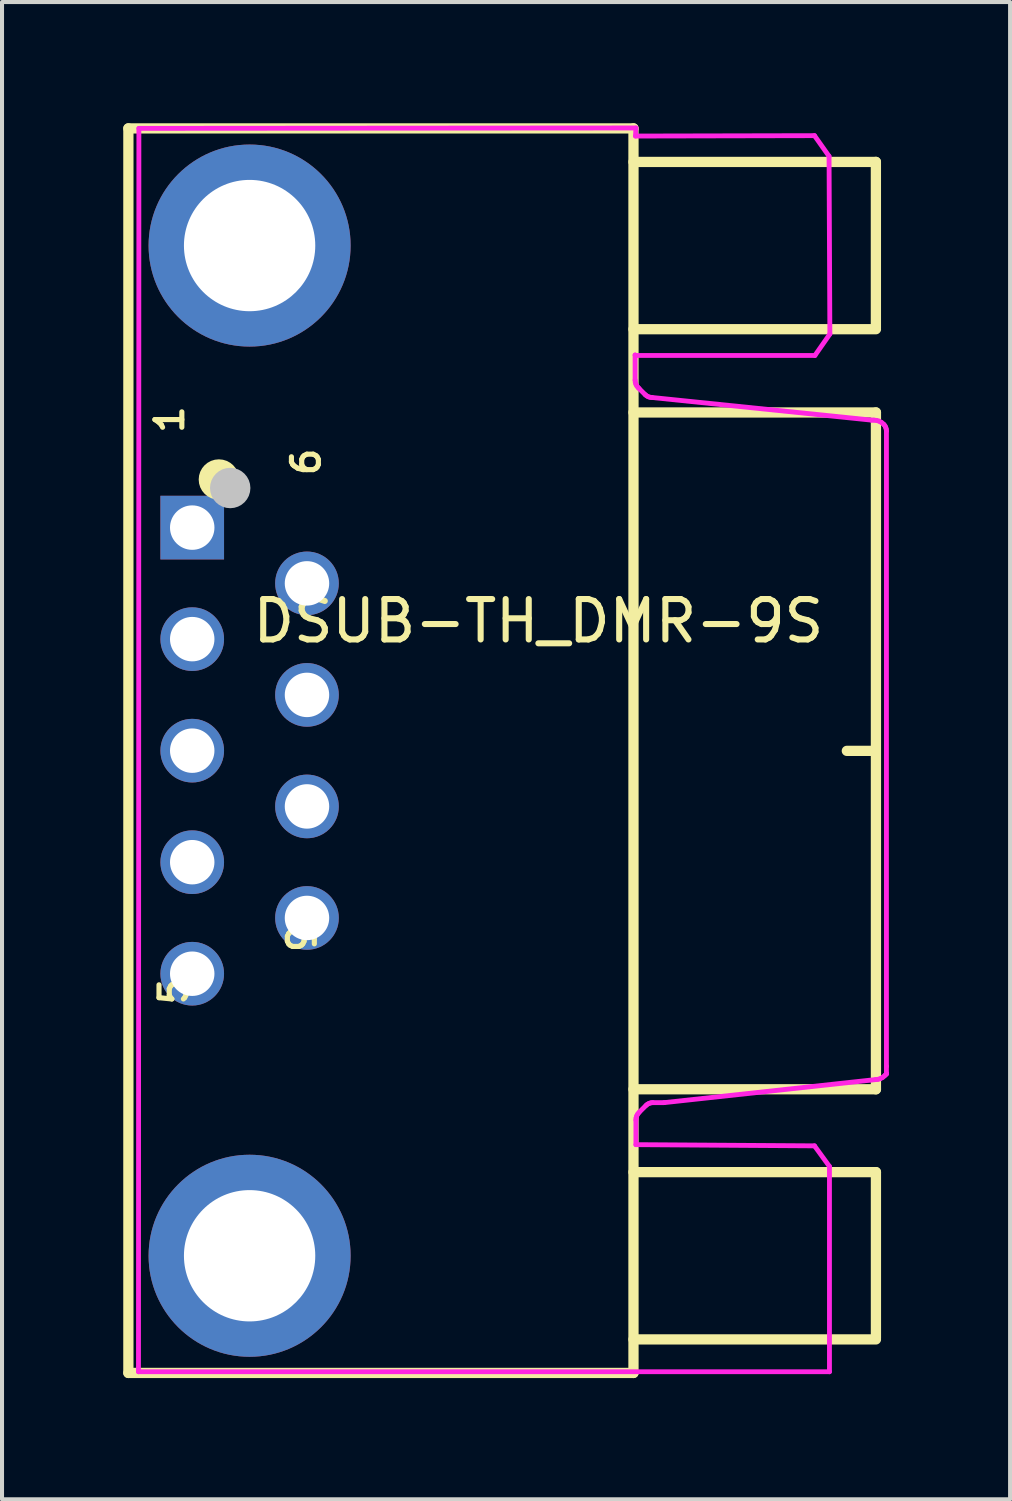
<source format=kicad_pcb>
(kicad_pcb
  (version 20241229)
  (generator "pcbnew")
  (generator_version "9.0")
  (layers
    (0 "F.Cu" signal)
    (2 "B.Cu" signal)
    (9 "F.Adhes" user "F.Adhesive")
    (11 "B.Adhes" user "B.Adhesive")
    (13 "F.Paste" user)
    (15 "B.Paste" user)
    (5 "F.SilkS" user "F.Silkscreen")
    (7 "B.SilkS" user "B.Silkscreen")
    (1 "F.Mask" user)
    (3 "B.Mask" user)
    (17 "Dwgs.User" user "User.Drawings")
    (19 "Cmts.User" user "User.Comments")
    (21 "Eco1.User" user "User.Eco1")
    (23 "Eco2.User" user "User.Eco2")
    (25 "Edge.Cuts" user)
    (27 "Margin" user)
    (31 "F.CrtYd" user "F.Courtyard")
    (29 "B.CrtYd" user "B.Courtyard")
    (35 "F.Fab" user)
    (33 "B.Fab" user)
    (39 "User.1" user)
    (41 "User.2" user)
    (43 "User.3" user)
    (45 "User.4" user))
  (footprint "DSUB-TH_DMR-9S"
    (layer "F.Cu")
    (at 3.127 15.527)
    (property "Reference" "DSUB-TH_DMR-9S" (at 0 -3.207 0) (layer "F.SilkS") (effects (font (size 1 1) (thickness 0.15)) (justify left)))
    (attr through_hole)
    (fp_line (start -3 -15.4) (end 9.5 -15.4) (stroke (width 0.254) (type solid)) (layer "F.SilkS"))
    (fp_line (start -3 15.4) (end -3 -15.4) (stroke (width 0.254) (type solid)) (layer "F.SilkS"))
    (fp_line (start 9.5 -15.4) (end 9.5 15.4) (stroke (width 0.254) (type solid)) (layer "F.SilkS"))
    (fp_line (start 9.5 -14.57) (end 15.499 -14.57) (stroke (width 0.254) (type solid)) (layer "F.SilkS"))
    (fp_line (start 9.5 -10.43) (end 15.5 -10.43) (stroke (width 0.254) (type solid)) (layer "F.SilkS"))
    (fp_line (start 9.5 -8.37) (end 15.5 -8.37) (stroke (width 0.254) (type solid)) (layer "F.SilkS"))
    (fp_line (start 9.5 14.57) (end 15.5 14.57) (stroke (width 0.254) (type solid)) (layer "F.SilkS"))
    (fp_line (start 9.5 15.4) (end -3 15.4) (stroke (width 0.254) (type solid)) (layer "F.SilkS"))
    (fp_line (start 14.78 0.005) (end 15.48 0.005) (stroke (width 0.254) (type solid)) (layer "F.SilkS"))
    (fp_line (start 15.499 -14.57) (end 15.499 -10.46) (stroke (width 0.254) (type solid)) (layer "F.SilkS"))
    (fp_line (start 15.5 -8.37) (end 15.5 8.38) (stroke (width 0.254) (type solid)) (layer "F.SilkS"))
    (fp_line (start 15.5 8.38) (end 9.5 8.38) (stroke (width 0.254) (type solid)) (layer "F.SilkS"))
    (fp_line (start 15.5 10.43) (end 9.5 10.43) (stroke (width 0.254) (type solid)) (layer "F.SilkS"))
    (fp_line (start 15.5 14.54) (end 15.5 10.43) (stroke (width 0.254) (type solid)) (layer "F.SilkS"))
    (fp_circle (center -0.76 -6.71) (end -0.51 -6.71) (stroke (width 0.5) (type solid)) (fill no) (layer "F.SilkS"))
    (fp_circle (center -0.48 -6.5) (end -0.23 -6.5) (stroke (width 0.5) (type solid)) (fill no) (layer "Dwgs.User"))
    (fp_circle (center -2.75 -15.41) (end -2.72 -15.41) (stroke (width 0.06) (type solid)) (fill no) (layer "Eco2.User"))
    (fp_circle (center -1.42 -5.52) (end -1.27 -5.52) (stroke (width 0.3) (type solid)) (fill no) (layer "Eco2.User"))
    (fp_circle (center -1.42 -2.76) (end -1.27 -2.76) (stroke (width 0.3) (type solid)) (fill no) (layer "Eco2.User"))
    (fp_circle (center -1.42 0) (end -1.27 0) (stroke (width 0.3) (type solid)) (fill no) (layer "Eco2.User"))
    (fp_circle (center -1.42 2.76) (end -1.27 2.76) (stroke (width 0.3) (type solid)) (fill no) (layer "Eco2.User"))
    (fp_circle (center -1.42 5.52) (end -1.27 5.52) (stroke (width 0.3) (type solid)) (fill no) (layer "Eco2.User"))
    (fp_circle (center 1.42 -4.14) (end 1.57 -4.14) (stroke (width 0.3) (type solid)) (fill no) (layer "Eco2.User"))
    (fp_circle (center 1.42 -1.38) (end 1.57 -1.38) (stroke (width 0.3) (type solid)) (fill no) (layer "Eco2.User"))
    (fp_circle (center 1.42 1.38) (end 1.57 1.38) (stroke (width 0.3) (type solid)) (fill no) (layer "Eco2.User"))
    (fp_circle (center 1.42 4.14) (end 1.57 4.14) (stroke (width 0.3) (type solid)) (fill no) (layer "Eco2.User"))
    (fp_poly (pts (xy 0.2 -14.4) (xy 0.2 -10.6) (xy -0.2 -10.6) (xy -0.2 -14.4)) (stroke (width 0.12) (type solid)) (fill no) (layer "Eco2.User"))
    (fp_poly (pts (xy 0.2 10.6) (xy 0.2 14.4) (xy -0.2 14.4) (xy -0.2 10.6)) (stroke (width 0.12) (type solid)) (fill no) (layer "Eco2.User"))
    (fp_line (start -2.75 15.37) (end 14.35 15.37) (stroke (width 0.12) (type solid)) (layer "F.CrtYd"))
    (fp_line (start -2.74 -15.4) (end -2.75 15.37) (stroke (width 0.12) (type solid)) (layer "F.CrtYd"))
    (fp_line (start 9.54 -9.79) (end 9.545 -9.786) (stroke (width 0.12) (type solid)) (layer "F.CrtYd"))
    (fp_line (start 9.54 -9.17) (end 9.54 -9.79) (stroke (width 0.12) (type solid)) (layer "F.CrtYd"))
    (fp_line (start 9.545 -9.786) (end 9.551 -9.783) (stroke (width 0.12) (type solid)) (layer "F.CrtYd"))
    (fp_line (start 9.545 -9.118) (end 9.54 -9.17) (stroke (width 0.12) (type solid)) (layer "F.CrtYd"))
    (fp_line (start 9.55 -15.21) (end 9.56 -15.41) (stroke (width 0.12) (type solid)) (layer "F.CrtYd"))
    (fp_line (start 9.551 -9.783) (end 9.557 -9.781) (stroke (width 0.12) (type solid)) (layer "F.CrtYd"))
    (fp_line (start 9.557 -9.781) (end 9.564 -9.78) (stroke (width 0.12) (type solid)) (layer "F.CrtYd"))
    (fp_line (start 9.56 -15.41) (end -2.74 -15.4) (stroke (width 0.12) (type solid)) (layer "F.CrtYd"))
    (fp_line (start 9.56 -9.068) (end 9.545 -9.118) (stroke (width 0.12) (type solid)) (layer "F.CrtYd"))
    (fp_line (start 9.56 9.14) (end 9.565 9.088) (stroke (width 0.12) (type solid)) (layer "F.CrtYd"))
    (fp_line (start 9.56 9.75) (end 9.56 9.14) (stroke (width 0.12) (type solid)) (layer "F.CrtYd"))
    (fp_line (start 9.564 -9.78) (end 13.99 -9.78) (stroke (width 0.12) (type solid)) (layer "F.CrtYd"))
    (fp_line (start 9.565 9.088) (end 9.58 9.038) (stroke (width 0.12) (type solid)) (layer "F.CrtYd"))
    (fp_line (start 9.58 9.038) (end 9.605 8.992) (stroke (width 0.12) (type solid)) (layer "F.CrtYd"))
    (fp_line (start 9.585 -9.022) (end 9.56 -9.068) (stroke (width 0.12) (type solid)) (layer "F.CrtYd"))
    (fp_line (start 9.605 8.992) (end 9.638 8.952) (stroke (width 0.12) (type solid)) (layer "F.CrtYd"))
    (fp_line (start 9.618 -8.982) (end 9.585 -9.022) (stroke (width 0.12) (type solid)) (layer "F.CrtYd"))
    (fp_line (start 9.638 8.952) (end 9.81 8.78) (stroke (width 0.12) (type solid)) (layer "F.CrtYd"))
    (fp_line (start 9.64 -8.96) (end 9.618 -8.982) (stroke (width 0.12) (type solid)) (layer "F.CrtYd"))
    (fp_line (start 9.789 -8.811) (end 9.64 -8.96) (stroke (width 0.12) (type solid)) (layer "F.CrtYd"))
    (fp_line (start 9.81 8.78) (end 9.846 8.75) (stroke (width 0.12) (type solid)) (layer "F.CrtYd"))
    (fp_line (start 9.826 -8.781) (end 9.789 -8.811) (stroke (width 0.12) (type solid)) (layer "F.CrtYd"))
    (fp_line (start 9.846 8.75) (end 9.888 8.728) (stroke (width 0.12) (type solid)) (layer "F.CrtYd"))
    (fp_line (start 9.868 -8.758) (end 9.826 -8.781) (stroke (width 0.12) (type solid)) (layer "F.CrtYd"))
    (fp_line (start 9.888 8.728) (end 9.932 8.715) (stroke (width 0.12) (type solid)) (layer "F.CrtYd"))
    (fp_line (start 9.913 -8.745) (end 9.868 -8.758) (stroke (width 0.12) (type solid)) (layer "F.CrtYd"))
    (fp_line (start 9.932 8.715) (end 9.979 8.71) (stroke (width 0.12) (type solid)) (layer "F.CrtYd"))
    (fp_line (start 9.96 -8.74) (end 9.913 -8.745) (stroke (width 0.12) (type solid)) (layer "F.CrtYd"))
    (fp_line (start 9.979 8.71) (end 10.26 8.71) (stroke (width 0.12) (type solid)) (layer "F.CrtYd"))
    (fp_line (start 10.26 8.71) (end 15.49 8.14) (stroke (width 0.12) (type solid)) (layer "F.CrtYd"))
    (fp_line (start 13.98 -15.22) (end 9.55 -15.21) (stroke (width 0.12) (type solid)) (layer "F.CrtYd"))
    (fp_line (start 13.98 9.78) (end 9.56 9.75) (stroke (width 0.12) (type solid)) (layer "F.CrtYd"))
    (fp_line (start 13.99 -9.78) (end 14.36 -10.31) (stroke (width 0.12) (type solid)) (layer "F.CrtYd"))
    (fp_line (start 14.34 -14.71) (end 13.98 -15.22) (stroke (width 0.12) (type solid)) (layer "F.CrtYd"))
    (fp_line (start 14.35 10.29) (end 13.98 9.78) (stroke (width 0.12) (type solid)) (layer "F.CrtYd"))
    (fp_line (start 14.35 15.37) (end 14.35 10.29) (stroke (width 0.12) (type solid)) (layer "F.CrtYd"))
    (fp_line (start 14.36 -10.31) (end 14.34 -14.71) (stroke (width 0.12) (type solid)) (layer "F.CrtYd"))
    (fp_line (start 15.39 -8.18) (end 9.96 -8.74) (stroke (width 0.12) (type solid)) (layer "F.CrtYd"))
    (fp_line (start 15.449 -8.18) (end 15.39 -8.18) (stroke (width 0.12) (type solid)) (layer "F.CrtYd"))
    (fp_line (start 15.49 8.14) (end 15.551 8.134) (stroke (width 0.12) (type solid)) (layer "F.CrtYd"))
    (fp_line (start 15.515 -8.173) (end 15.449 -8.18) (stroke (width 0.12) (type solid)) (layer "F.CrtYd"))
    (fp_line (start 15.551 8.134) (end 15.61 8.116) (stroke (width 0.12) (type solid)) (layer "F.CrtYd"))
    (fp_line (start 15.579 -8.154) (end 15.515 -8.173) (stroke (width 0.12) (type solid)) (layer "F.CrtYd"))
    (fp_line (start 15.61 8.116) (end 15.664 8.087) (stroke (width 0.12) (type solid)) (layer "F.CrtYd"))
    (fp_line (start 15.638 -8.122) (end 15.579 -8.154) (stroke (width 0.12) (type solid)) (layer "F.CrtYd"))
    (fp_line (start 15.664 8.087) (end 15.712 8.048) (stroke (width 0.12) (type solid)) (layer "F.CrtYd"))
    (fp_line (start 15.69 -8.08) (end 15.638 -8.122) (stroke (width 0.12) (type solid)) (layer "F.CrtYd"))
    (fp_line (start 15.712 8.048) (end 15.75 8.01) (stroke (width 0.12) (type solid)) (layer "F.CrtYd"))
    (fp_line (start 15.72 -8.044) (end 15.69 -8.08) (stroke (width 0.12) (type solid)) (layer "F.CrtYd"))
    (fp_line (start 15.742 -8.002) (end 15.72 -8.044) (stroke (width 0.12) (type solid)) (layer "F.CrtYd"))
    (fp_line (start 15.75 8.01) (end 15.754 8.005) (stroke (width 0.12) (type solid)) (layer "F.CrtYd"))
    (fp_line (start 15.754 8.005) (end 15.757 7.999) (stroke (width 0.12) (type solid)) (layer "F.CrtYd"))
    (fp_line (start 15.755 -7.958) (end 15.742 -8.002) (stroke (width 0.12) (type solid)) (layer "F.CrtYd"))
    (fp_line (start 15.757 7.999) (end 15.759 7.993) (stroke (width 0.12) (type solid)) (layer "F.CrtYd"))
    (fp_line (start 15.759 7.993) (end 15.76 7.986) (stroke (width 0.12) (type solid)) (layer "F.CrtYd"))
    (fp_line (start 15.76 -7.911) (end 15.755 -7.958) (stroke (width 0.12) (type solid)) (layer "F.CrtYd"))
    (fp_line (start 15.76 7.81) (end 15.76 -7.911) (stroke (width 0.12) (type solid)) (layer "F.CrtYd"))
    (fp_line (start 15.76 7.986) (end 15.76 7.81) (stroke (width 0.12) (type solid)) (layer "F.CrtYd"))
    (fp_text user "6" (at 1.4 -6.745 270) (layer "F.SilkS") (effects (font (size 0.667 0.667) (thickness 0.127)) (justify left)))
    (fp_text user "9" (at 1.3 5.055 270) (layer "F.SilkS") (effects (font (size 0.667 0.667) (thickness 0.127)) (justify left)))
    (fp_text user "5" (at -1.877 6.355 270) (layer "F.SilkS") (effects (font (size 0.667 0.667) (thickness 0.127)) (justify left)))
    (fp_text user "1" (at -1.979 -7.793 270) (layer "F.SilkS") (effects (font (size 0.667 0.667) (thickness 0.127)) (justify left)))
    (pad "1" thru_hole rect (at -1.42 -5.52 90) (size 1.575 1.575) (drill 1.1) (layers "*.Cu" "*.Mask"))
    (pad "2" thru_hole circle (at -1.42 -2.76 90) (size 1.575 1.575) (drill 1.1) (layers "*.Cu" "*.Mask"))
    (pad "3" thru_hole circle (at -1.42 0 90) (size 1.575 1.575) (drill 1.1) (layers "*.Cu" "*.Mask"))
    (pad "4" thru_hole circle (at -1.42 2.76 90) (size 1.575 1.575) (drill 1.1) (layers "*.Cu" "*.Mask"))
    (pad "5" thru_hole circle (at -1.42 5.52 90) (size 1.575 1.575) (drill 1.1) (layers "*.Cu" "*.Mask"))
    (pad "6" thru_hole circle (at 1.42 -4.14 90) (size 1.575 1.575) (drill 1.1) (layers "*.Cu" "*.Mask"))
    (pad "7" thru_hole circle (at 1.42 -1.38 90) (size 1.575 1.575) (drill 1.1) (layers "*.Cu" "*.Mask"))
    (pad "8" thru_hole circle (at 1.42 1.38 90) (size 1.575 1.575) (drill 1.1) (layers "*.Cu" "*.Mask"))
    (pad "9" thru_hole circle (at 1.42 4.14 90) (size 1.575 1.575) (drill 1.1) (layers "*.Cu" "*.Mask"))
    (pad "10" thru_hole circle (at 0 -12.5 90) (size 5 5) (drill 3.25) (layers "*.Cu" "*.Mask"))
    (pad "11" thru_hole circle (at 0 12.5 90) (size 5 5) (drill 3.25) (layers "*.Cu" "*.Mask")))
  (gr_rect
    (start -3 -3)
    (end 21.947 34.054)
    (stroke (width 0.1) (type default))
    (fill no)
    (layer "Edge.Cuts")))
</source>
